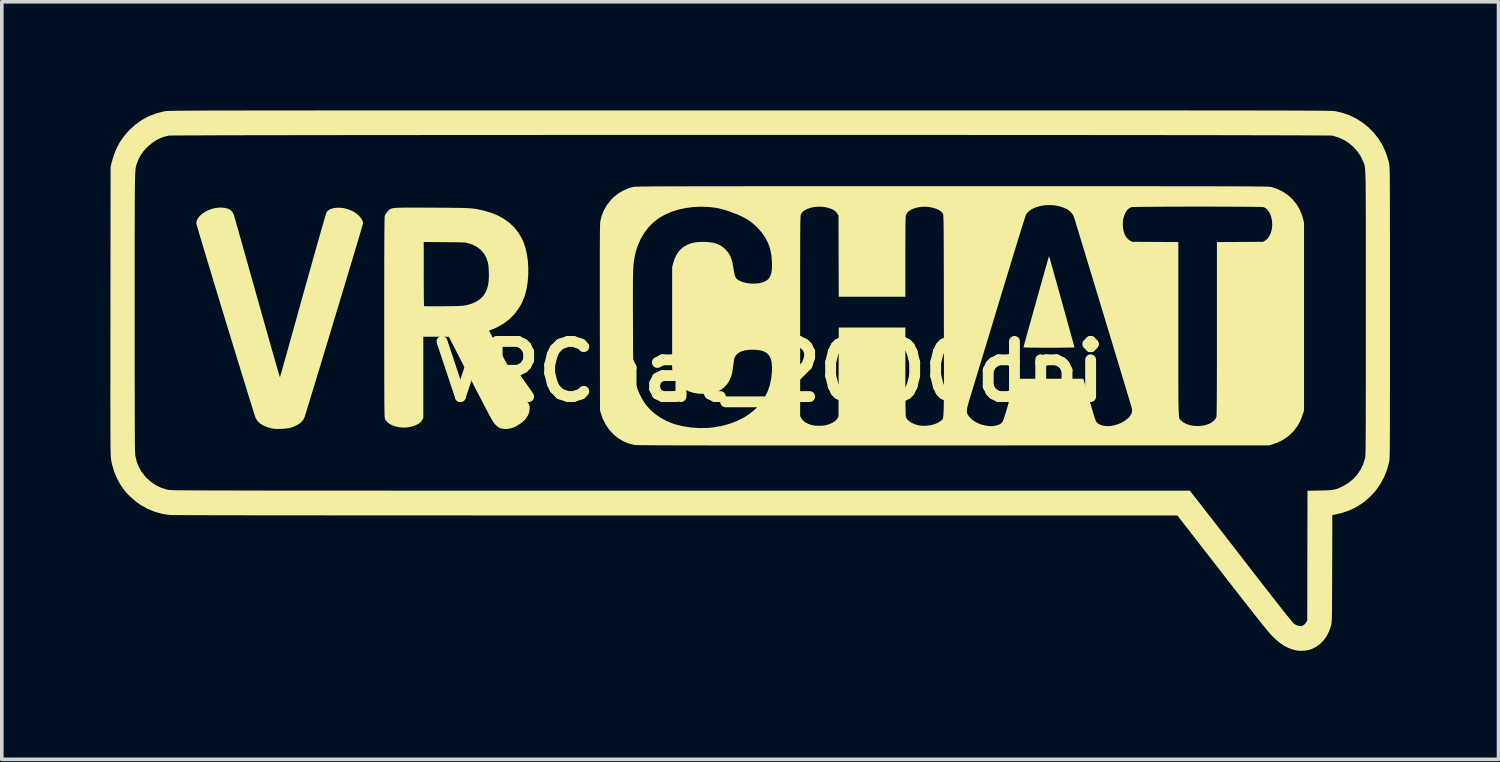
<source format=kicad_pcb>
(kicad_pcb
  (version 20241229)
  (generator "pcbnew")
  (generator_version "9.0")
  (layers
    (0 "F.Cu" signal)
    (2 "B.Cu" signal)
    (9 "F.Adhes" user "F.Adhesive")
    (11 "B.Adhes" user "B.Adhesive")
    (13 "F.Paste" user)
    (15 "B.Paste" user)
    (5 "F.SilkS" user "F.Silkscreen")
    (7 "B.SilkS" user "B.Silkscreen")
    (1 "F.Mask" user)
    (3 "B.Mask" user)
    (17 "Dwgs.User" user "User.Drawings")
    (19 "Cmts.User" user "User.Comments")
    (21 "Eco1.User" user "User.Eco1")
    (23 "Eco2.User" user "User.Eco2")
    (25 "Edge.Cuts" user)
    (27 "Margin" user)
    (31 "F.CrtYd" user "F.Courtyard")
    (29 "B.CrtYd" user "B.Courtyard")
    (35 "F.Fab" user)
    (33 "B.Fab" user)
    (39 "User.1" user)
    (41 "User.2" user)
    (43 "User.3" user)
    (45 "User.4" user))
  (footprint "VRChat_2000dpi"
    (layer "F.Cu")
    (at 18.236 7.22)
    (property "Reference" "VRChat_2000dpi" (at 0 0 0) (layer "F.SilkS") (effects (font (size 1.524 1.524) (thickness 0.3))))
    (attr board_only exclude_from_pos_files exclude_from_bom)
    (fp_poly (pts (xy 7.709 -3.179) (xy 7.714 -3.166) (xy 7.721 -3.14) (xy 7.735 -3.093) (xy 7.754 -3.026) (xy 7.777 -2.941) (xy 7.805 -2.842) (xy 7.837 -2.729) (xy 7.871 -2.604) (xy 7.909 -2.471) (xy 7.948 -2.329) (xy 7.989 -2.183) (xy 8.031 -2.033) (xy 8.073 -1.881) (xy 8.115 -1.73) (xy 8.156 -1.582) (xy 8.196 -1.438) (xy 8.234 -1.3) (xy 8.27 -1.171) (xy 8.303 -1.053) (xy 8.332 -0.946) (xy 8.358 -0.855) (xy 8.378 -0.78) (xy 8.394 -0.723) (xy 8.404 -0.687) (xy 8.407 -0.673) (xy 8.407 -0.672) (xy 8.395 -0.67) (xy 8.358 -0.667) (xy 8.298 -0.665) (xy 8.217 -0.664) (xy 8.114 -0.662) (xy 7.992 -0.661) (xy 7.852 -0.661) (xy 7.703 -0.66) (xy 7.556 -0.661) (xy 7.423 -0.661) (xy 7.306 -0.662) (xy 7.204 -0.663) (xy 7.121 -0.665) (xy 7.058 -0.667) (xy 7.017 -0.669) (xy 6.998 -0.671) (xy 6.998 -0.672) (xy 7.001 -0.686) (xy 7.011 -0.722) (xy 7.026 -0.779) (xy 7.047 -0.854) (xy 7.072 -0.945) (xy 7.101 -1.051) (xy 7.134 -1.169) (xy 7.17 -1.298) (xy 7.209 -1.436) (xy 7.249 -1.58) (xy 7.291 -1.729) (xy 7.333 -1.88) (xy 7.375 -2.032) (xy 7.418 -2.182) (xy 7.459 -2.33) (xy 7.499 -2.472) (xy 7.537 -2.606) (xy 7.572 -2.732) (xy 7.604 -2.846) (xy 7.633 -2.947) (xy 7.657 -3.032) (xy 7.677 -3.101) (xy 7.691 -3.15) (xy 7.7 -3.179) (xy 7.702 -3.185)) (stroke (width 0) (type solid)) (fill yes) (layer "F.SilkS"))
    (fp_poly (pts (xy -15.078 -4.526) (xy -14.986 -4.503) (xy -14.914 -4.463) (xy -14.86 -4.407) (xy -14.824 -4.334) (xy -14.82 -4.324) (xy -14.815 -4.305) (xy -14.803 -4.264) (xy -14.785 -4.2) (xy -14.761 -4.115) (xy -14.732 -4.011) (xy -14.697 -3.889) (xy -14.658 -3.75) (xy -14.614 -3.596) (xy -14.567 -3.427) (xy -14.516 -3.245) (xy -14.461 -3.051) (xy -14.404 -2.847) (xy -14.343 -2.633) (xy -14.281 -2.412) (xy -14.217 -2.183) (xy -14.179 -2.049) (xy -14.114 -1.818) (xy -14.051 -1.595) (xy -13.99 -1.379) (xy -13.932 -1.172) (xy -13.876 -0.976) (xy -13.824 -0.791) (xy -13.775 -0.619) (xy -13.73 -0.461) (xy -13.689 -0.319) (xy -13.653 -0.192) (xy -13.621 -0.084) (xy -13.595 0.006) (xy -13.575 0.076) (xy -13.56 0.124) (xy -13.552 0.15) (xy -13.55 0.155) (xy -13.546 0.142) (xy -13.535 0.106) (xy -13.519 0.047) (xy -13.496 -0.032) (xy -13.468 -0.13) (xy -13.435 -0.248) (xy -13.397 -0.382) (xy -13.355 -0.532) (xy -13.309 -0.697) (xy -13.259 -0.876) (xy -13.206 -1.066) (xy -13.149 -1.268) (xy -13.09 -1.48) (xy -13.029 -1.701) (xy -12.965 -1.929) (xy -12.917 -2.102) (xy -12.852 -2.335) (xy -12.788 -2.563) (xy -12.727 -2.783) (xy -12.667 -2.994) (xy -12.611 -3.195) (xy -12.557 -3.385) (xy -12.507 -3.563) (xy -12.46 -3.727) (xy -12.418 -3.877) (xy -12.38 -4.01) (xy -12.346 -4.126) (xy -12.318 -4.223) (xy -12.295 -4.3) (xy -12.278 -4.356) (xy -12.267 -4.39) (xy -12.264 -4.4) (xy -12.223 -4.45) (xy -12.163 -4.488) (xy -12.087 -4.514) (xy -12 -4.528) (xy -11.904 -4.53) (xy -11.802 -4.52) (xy -11.7 -4.497) (xy -11.599 -4.462) (xy -11.51 -4.418) (xy -11.433 -4.366) (xy -11.365 -4.307) (xy -11.311 -4.243) (xy -11.272 -4.179) (xy -11.254 -4.119) (xy -11.252 -4.1) (xy -11.256 -4.085) (xy -11.267 -4.048) (xy -11.284 -3.989) (xy -11.307 -3.91) (xy -11.336 -3.812) (xy -11.37 -3.696) (xy -11.41 -3.564) (xy -11.454 -3.417) (xy -11.502 -3.256) (xy -11.553 -3.084) (xy -11.609 -2.9) (xy -11.667 -2.707) (xy -11.727 -2.506) (xy -11.79 -2.298) (xy -11.854 -2.085) (xy -11.919 -1.868) (xy -11.986 -1.648) (xy -12.053 -1.426) (xy -12.12 -1.204) (xy -12.186 -0.984) (xy -12.252 -0.766) (xy -12.317 -0.552) (xy -12.38 -0.344) (xy -12.441 -0.142) (xy -12.5 0.052) (xy -12.556 0.236) (xy -12.609 0.41) (xy -12.658 0.571) (xy -12.703 0.719) (xy -12.744 0.853) (xy -12.78 0.97) (xy -12.811 1.07) (xy -12.836 1.151) (xy -12.855 1.212) (xy -12.867 1.252) (xy -12.872 1.266) (xy -12.914 1.344) (xy -12.98 1.413) (xy -13.067 1.473) (xy -13.174 1.524) (xy -13.252 1.55) (xy -13.309 1.563) (xy -13.383 1.572) (xy -13.467 1.579) (xy -13.554 1.583) (xy -13.637 1.584) (xy -13.707 1.58) (xy -13.744 1.575) (xy -13.88 1.542) (xy -13.997 1.496) (xy -14.093 1.438) (xy -14.167 1.368) (xy -14.217 1.291) (xy -14.224 1.271) (xy -14.239 1.229) (xy -14.259 1.165) (xy -14.286 1.081) (xy -14.318 0.979) (xy -14.356 0.859) (xy -14.398 0.723) (xy -14.445 0.573) (xy -14.495 0.409) (xy -14.55 0.233) (xy -14.607 0.047) (xy -14.667 -0.148) (xy -14.73 -0.352) (xy -14.794 -0.562) (xy -14.86 -0.777) (xy -14.927 -0.996) (xy -14.995 -1.217) (xy -15.063 -1.44) (xy -15.13 -1.662) (xy -15.198 -1.883) (xy -15.264 -2.101) (xy -15.329 -2.315) (xy -15.392 -2.523) (xy -15.453 -2.724) (xy -15.511 -2.917) (xy -15.566 -3.1) (xy -15.618 -3.272) (xy -15.666 -3.432) (xy -15.71 -3.578) (xy -15.749 -3.709) (xy -15.783 -3.824) (xy -15.811 -3.92) (xy -15.834 -3.998) (xy -15.85 -4.055) (xy -15.86 -4.091) (xy -15.862 -4.103) (xy -15.85 -4.17) (xy -15.816 -4.239) (xy -15.761 -4.306) (xy -15.688 -4.37) (xy -15.601 -4.426) (xy -15.564 -4.445) (xy -15.445 -4.494) (xy -15.329 -4.523) (xy -15.206 -4.534) (xy -15.188 -4.534)) (stroke (width 0) (type solid)) (fill yes) (layer "F.SilkS"))
    (fp_poly (pts (xy -9.869 -4.533) (xy -9.722 -4.532) (xy -9.554 -4.532) (xy -9.361 -4.531) (xy -9.344 -4.531) (xy -9.152 -4.53) (xy -8.983 -4.529) (xy -8.835 -4.528) (xy -8.707 -4.526) (xy -8.596 -4.525) (xy -8.5 -4.523) (xy -8.417 -4.52) (xy -8.346 -4.517) (xy -8.283 -4.513) (xy -8.228 -4.508) (xy -8.178 -4.502) (xy -8.131 -4.495) (xy -8.084 -4.486) (xy -8.037 -4.476) (xy -7.987 -4.465) (xy -7.932 -4.452) (xy -7.918 -4.449) (xy -7.713 -4.39) (xy -7.525 -4.313) (xy -7.355 -4.219) (xy -7.204 -4.109) (xy -7.071 -3.982) (xy -6.958 -3.839) (xy -6.864 -3.679) (xy -6.82 -3.582) (xy -6.766 -3.424) (xy -6.726 -3.25) (xy -6.699 -3.064) (xy -6.687 -2.871) (xy -6.688 -2.675) (xy -6.703 -2.482) (xy -6.732 -2.296) (xy -6.776 -2.122) (xy -6.796 -2.061) (xy -6.869 -1.888) (xy -6.965 -1.726) (xy -7.08 -1.578) (xy -7.214 -1.445) (xy -7.364 -1.33) (xy -7.528 -1.235) (xy -7.563 -1.218) (xy -7.617 -1.194) (xy -7.669 -1.173) (xy -7.711 -1.157) (xy -7.719 -1.155) (xy -7.75 -1.142) (xy -7.767 -1.13) (xy -7.768 -1.125) (xy -7.761 -1.112) (xy -7.744 -1.078) (xy -7.715 -1.025) (xy -7.677 -0.955) (xy -7.631 -0.869) (xy -7.576 -0.768) (xy -7.515 -0.654) (xy -7.448 -0.529) (xy -7.375 -0.395) (xy -7.298 -0.252) (xy -7.217 -0.103) (xy -7.206 -0.083) (xy -6.649 0.946) (xy -6.649 1.029) (xy -6.661 1.12) (xy -6.696 1.21) (xy -6.753 1.297) (xy -6.83 1.379) (xy -6.924 1.452) (xy -7.035 1.516) (xy -7.102 1.547) (xy -7.186 1.572) (xy -7.276 1.584) (xy -7.365 1.583) (xy -7.444 1.569) (xy -7.463 1.562) (xy -7.518 1.532) (xy -7.574 1.486) (xy -7.603 1.456) (xy -7.617 1.441) (xy -7.631 1.424) (xy -7.646 1.403) (xy -7.663 1.376) (xy -7.684 1.343) (xy -7.708 1.302) (xy -7.736 1.251) (xy -7.77 1.189) (xy -7.809 1.115) (xy -7.856 1.027) (xy -7.91 0.923) (xy -7.973 0.802) (xy -8.045 0.662) (xy -8.128 0.503) (xy -8.204 0.355) (xy -8.283 0.201) (xy -8.36 0.051) (xy -8.435 -0.093) (xy -8.505 -0.23) (xy -8.571 -0.358) (xy -8.631 -0.474) (xy -8.684 -0.577) (xy -8.729 -0.665) (xy -8.766 -0.736) (xy -8.792 -0.788) (xy -8.807 -0.816) (xy -8.884 -0.965) (xy -9.236 -0.965) (xy -9.588 -0.965) (xy -9.588 1.279) (xy -9.618 1.335) (xy -9.662 1.394) (xy -9.729 1.445) (xy -9.814 1.488) (xy -9.916 1.521) (xy -10.024 1.54) (xy -10.133 1.547) (xy -10.242 1.539) (xy -10.346 1.517) (xy -10.441 1.485) (xy -10.523 1.442) (xy -10.59 1.39) (xy -10.636 1.331) (xy -10.644 1.315) (xy -10.647 1.309) (xy -10.649 1.301) (xy -10.651 1.29) (xy -10.653 1.275) (xy -10.655 1.256) (xy -10.657 1.232) (xy -10.659 1.201) (xy -10.66 1.162) (xy -10.661 1.114) (xy -10.662 1.057) (xy -10.663 0.989) (xy -10.664 0.909) (xy -10.665 0.816) (xy -10.665 0.71) (xy -10.666 0.589) (xy -10.666 0.453) (xy -10.667 0.299) (xy -10.667 0.128) (xy -10.667 -0.062) (xy -10.667 -0.272) (xy -10.668 -0.503) (xy -10.668 -0.755) (xy -10.668 -1.031) (xy -10.668 -1.33) (xy -10.668 -1.497) (xy -10.668 -1.824) (xy -10.668 -2.127) (xy -10.668 -2.406) (xy -10.667 -2.662) (xy -10.667 -2.895) (xy -10.667 -3.108) (xy -10.666 -3.3) (xy -10.666 -3.472) (xy -10.665 -3.583) (xy -9.576 -3.583) (xy -9.576 -2.702) (xy -9.576 -2.554) (xy -9.575 -2.414) (xy -9.575 -2.284) (xy -9.574 -2.165) (xy -9.573 -2.06) (xy -9.572 -1.971) (xy -9.57 -1.899) (xy -9.569 -1.847) (xy -9.567 -1.818) (xy -9.566 -1.811) (xy -9.552 -1.809) (xy -9.515 -1.807) (xy -9.458 -1.806) (xy -9.384 -1.806) (xy -9.295 -1.805) (xy -9.194 -1.806) (xy -9.084 -1.806) (xy -9.03 -1.807) (xy -8.898 -1.808) (xy -8.788 -1.81) (xy -8.698 -1.811) (xy -8.625 -1.813) (xy -8.566 -1.816) (xy -8.519 -1.819) (xy -8.479 -1.822) (xy -8.445 -1.827) (xy -8.413 -1.833) (xy -8.382 -1.839) (xy -8.243 -1.88) (xy -8.121 -1.937) (xy -8.016 -2.008) (xy -7.932 -2.092) (xy -7.868 -2.189) (xy -7.862 -2.202) (xy -7.824 -2.296) (xy -7.797 -2.396) (xy -7.781 -2.508) (xy -7.775 -2.635) (xy -7.776 -2.737) (xy -7.782 -2.846) (xy -7.789 -2.936) (xy -7.8 -3.004) (xy -7.804 -3.023) (xy -7.849 -3.152) (xy -7.912 -3.263) (xy -7.994 -3.359) (xy -8.095 -3.438) (xy -8.216 -3.503) (xy -8.333 -3.545) (xy -8.357 -3.552) (xy -8.379 -3.558) (xy -8.404 -3.562) (xy -8.434 -3.566) (xy -8.471 -3.569) (xy -8.517 -3.571) (xy -8.577 -3.573) (xy -8.651 -3.575) (xy -8.743 -3.576) (xy -8.854 -3.577) (xy -8.989 -3.578) (xy -9.001 -3.578) (xy -9.576 -3.583) (xy -10.665 -3.583) (xy -10.665 -3.626) (xy -10.664 -3.762) (xy -10.663 -3.88) (xy -10.662 -3.983) (xy -10.661 -4.069) (xy -10.66 -4.141) (xy -10.659 -4.2) (xy -10.657 -4.245) (xy -10.656 -4.278) (xy -10.654 -4.299) (xy -10.652 -4.31) (xy -10.631 -4.355) (xy -10.594 -4.405) (xy -10.573 -4.428) (xy -10.555 -4.447) (xy -10.539 -4.463) (xy -10.523 -4.477) (xy -10.505 -4.49) (xy -10.485 -4.5) (xy -10.459 -4.509) (xy -10.426 -4.516) (xy -10.385 -4.521) (xy -10.334 -4.526) (xy -10.271 -4.529) (xy -10.195 -4.531) (xy -10.104 -4.532) (xy -9.996 -4.533)) (stroke (width 0) (type solid)) (fill yes) (layer "F.SilkS"))
    (fp_poly (pts (xy 0.962 -7.22) (xy 1.682 -7.22) (xy 2.378 -7.22) (xy 3.051 -7.22) (xy 3.7 -7.22) (xy 4.326 -7.22) (xy 4.929 -7.22) (xy 5.511 -7.22) (xy 6.071 -7.22) (xy 6.609 -7.22) (xy 7.127 -7.22) (xy 7.625 -7.22) (xy 8.102 -7.22) (xy 8.56 -7.219) (xy 8.998 -7.219) (xy 9.418 -7.219) (xy 9.82 -7.219) (xy 10.203 -7.219) (xy 10.57 -7.219) (xy 10.919 -7.219) (xy 11.251 -7.219) (xy 11.567 -7.218) (xy 11.867 -7.218) (xy 12.152 -7.218) (xy 12.422 -7.218) (xy 12.677 -7.217) (xy 12.918 -7.217) (xy 13.145 -7.217) (xy 13.359 -7.217) (xy 13.56 -7.216) (xy 13.748 -7.216) (xy 13.925 -7.216) (xy 14.089 -7.215) (xy 14.242 -7.215) (xy 14.385 -7.214) (xy 14.517 -7.214) (xy 14.639 -7.213) (xy 14.751 -7.213) (xy 14.854 -7.212) (xy 14.949 -7.212) (xy 15.035 -7.211) (xy 15.113 -7.211) (xy 15.183 -7.21) (xy 15.247 -7.209) (xy 15.304 -7.209) (xy 15.354 -7.208) (xy 15.398 -7.207) (xy 15.437 -7.207) (xy 15.471 -7.206) (xy 15.501 -7.205) (xy 15.526 -7.204) (xy 15.547 -7.203) (xy 15.565 -7.202) (xy 15.58 -7.201) (xy 15.593 -7.2) (xy 15.603 -7.199) (xy 15.612 -7.198) (xy 15.619 -7.197) (xy 15.621 -7.197) (xy 15.825 -7.149) (xy 16.02 -7.078) (xy 16.207 -6.985) (xy 16.381 -6.873) (xy 16.542 -6.741) (xy 16.687 -6.593) (xy 16.814 -6.43) (xy 16.922 -6.252) (xy 16.942 -6.212) (xy 17.028 -6.01) (xy 17.092 -5.799) (xy 17.102 -5.753) (xy 17.105 -5.742) (xy 17.107 -5.73) (xy 17.109 -5.716) (xy 17.11 -5.7) (xy 17.112 -5.679) (xy 17.114 -5.654) (xy 17.115 -5.624) (xy 17.116 -5.587) (xy 17.118 -5.543) (xy 17.119 -5.492) (xy 17.12 -5.431) (xy 17.121 -5.361) (xy 17.121 -5.281) (xy 17.122 -5.189) (xy 17.123 -5.085) (xy 17.123 -4.968) (xy 17.124 -4.838) (xy 17.124 -4.692) (xy 17.125 -4.531) (xy 17.125 -4.354) (xy 17.125 -4.159) (xy 17.125 -3.947) (xy 17.126 -3.715) (xy 17.126 -3.464) (xy 17.126 -3.192) (xy 17.126 -2.899) (xy 17.126 -2.583) (xy 17.126 -2.244) (xy 17.126 -1.882) (xy 17.126 -1.626) (xy 17.126 -1.246) (xy 17.126 -0.892) (xy 17.126 -0.561) (xy 17.126 -0.253) (xy 17.126 0.034) (xy 17.126 0.299) (xy 17.126 0.543) (xy 17.125 0.768) (xy 17.125 0.975) (xy 17.125 1.164) (xy 17.125 1.335) (xy 17.124 1.491) (xy 17.124 1.631) (xy 17.123 1.757) (xy 17.123 1.87) (xy 17.122 1.97) (xy 17.121 2.058) (xy 17.12 2.134) (xy 17.119 2.201) (xy 17.118 2.259) (xy 17.117 2.307) (xy 17.116 2.349) (xy 17.115 2.383) (xy 17.113 2.412) (xy 17.111 2.435) (xy 17.11 2.454) (xy 17.108 2.47) (xy 17.106 2.483) (xy 17.104 2.495) (xy 17.102 2.502) (xy 17.043 2.715) (xy 16.963 2.916) (xy 16.862 3.103) (xy 16.741 3.277) (xy 16.602 3.435) (xy 16.445 3.575) (xy 16.332 3.658) (xy 16.164 3.759) (xy 15.99 3.841) (xy 15.805 3.904) (xy 15.605 3.95) (xy 15.58 3.955) (xy 15.533 3.963) (xy 15.529 5.439) (xy 15.528 5.664) (xy 15.528 5.865) (xy 15.527 6.043) (xy 15.526 6.2) (xy 15.526 6.338) (xy 15.525 6.458) (xy 15.524 6.56) (xy 15.523 6.648) (xy 15.522 6.722) (xy 15.521 6.784) (xy 15.519 6.835) (xy 15.517 6.876) (xy 15.515 6.91) (xy 15.513 6.937) (xy 15.51 6.959) (xy 15.507 6.978) (xy 15.503 6.994) (xy 15.499 7.01) (xy 15.497 7.02) (xy 15.446 7.171) (xy 15.377 7.307) (xy 15.293 7.426) (xy 15.193 7.527) (xy 15.081 7.609) (xy 14.956 7.669) (xy 14.9 7.688) (xy 14.838 7.701) (xy 14.763 7.711) (xy 14.684 7.715) (xy 14.612 7.714) (xy 14.565 7.709) (xy 14.435 7.679) (xy 14.315 7.635) (xy 14.2 7.576) (xy 14.086 7.499) (xy 13.971 7.403) (xy 13.881 7.316) (xy 13.858 7.293) (xy 13.832 7.265) (xy 13.802 7.23) (xy 13.766 7.189) (xy 13.725 7.14) (xy 13.678 7.082) (xy 13.623 7.014) (xy 13.56 6.936) (xy 13.488 6.846) (xy 13.407 6.744) (xy 13.316 6.628) (xy 13.213 6.497) (xy 13.099 6.352) (xy 12.973 6.19) (xy 12.833 6.01) (xy 12.679 5.813) (xy 12.511 5.597) (xy 12.492 5.572) (xy 11.25 3.975) (xy -2.61 3.975) (xy -3.411 3.975) (xy -4.187 3.975) (xy -4.938 3.975) (xy -5.665 3.975) (xy -6.366 3.975) (xy -7.043 3.975) (xy -7.695 3.975) (xy -8.322 3.974) (xy -8.926 3.974) (xy -9.505 3.974) (xy -10.061 3.974) (xy -10.593 3.974) (xy -11.101 3.973) (xy -11.585 3.973) (xy -12.046 3.973) (xy -12.485 3.972) (xy -12.9 3.972) (xy -13.292 3.972) (xy -13.661 3.971) (xy -14.008 3.971) (xy -14.332 3.971) (xy -14.634 3.97) (xy -14.914 3.97) (xy -15.171 3.969) (xy -15.407 3.969) (xy -15.621 3.968) (xy -15.814 3.967) (xy -15.985 3.967) (xy -16.135 3.966) (xy -16.264 3.966) (xy -16.371 3.965) (xy -16.458 3.964) (xy -16.524 3.964) (xy -16.57 3.963) (xy -16.595 3.962) (xy -16.599 3.962) (xy -16.813 3.928) (xy -17.016 3.871) (xy -17.211 3.79) (xy -17.398 3.685) (xy -17.431 3.663) (xy -17.498 3.615) (xy -17.573 3.554) (xy -17.651 3.486) (xy -17.725 3.417) (xy -17.788 3.353) (xy -17.824 3.312) (xy -17.95 3.137) (xy -18.054 2.951) (xy -18.136 2.752) (xy -18.195 2.544) (xy -18.213 2.451) (xy -18.215 2.437) (xy -18.217 2.422) (xy -18.219 2.406) (xy -18.221 2.388) (xy -18.223 2.367) (xy -18.225 2.342) (xy -18.226 2.312) (xy -18.227 2.276) (xy -18.229 2.235) (xy -18.23 2.185) (xy -18.231 2.128) (xy -18.232 2.061) (xy -18.233 1.985) (xy -18.233 1.898) (xy -18.234 1.799) (xy -18.234 1.688) (xy -18.235 1.563) (xy -18.235 1.425) (xy -18.235 1.271) (xy -18.235 1.101) (xy -18.236 0.914) (xy -18.236 0.71) (xy -18.236 0.488) (xy -18.235 0.246) (xy -18.235 -0.017) (xy -18.235 -0.3) (xy -18.235 -0.605) (xy -18.235 -0.933) (xy -18.234 -1.285) (xy -18.234 -1.661) (xy -18.234 -1.676) (xy -18.233 -2.852) (xy -17.564 -2.852) (xy -17.564 -2.537) (xy -17.564 -2.198) (xy -17.564 -1.836) (xy -17.564 -1.626) (xy -17.564 -1.251) (xy -17.564 -0.901) (xy -17.564 -0.574) (xy -17.564 -0.271) (xy -17.564 0.011) (xy -17.564 0.271) (xy -17.563 0.511) (xy -17.563 0.732) (xy -17.563 0.934) (xy -17.562 1.118) (xy -17.562 1.285) (xy -17.561 1.436) (xy -17.561 1.572) (xy -17.56 1.693) (xy -17.559 1.8) (xy -17.559 1.895) (xy -17.558 1.978) (xy -17.557 2.05) (xy -17.556 2.112) (xy -17.555 2.164) (xy -17.553 2.208) (xy -17.552 2.244) (xy -17.55 2.273) (xy -17.549 2.296) (xy -17.547 2.314) (xy -17.545 2.328) (xy -17.545 2.33) (xy -17.507 2.489) (xy -17.451 2.633) (xy -17.376 2.766) (xy -17.278 2.891) (xy -17.248 2.924) (xy -17.121 3.041) (xy -16.987 3.135) (xy -16.841 3.206) (xy -16.684 3.256) (xy -16.644 3.265) (xy -16.637 3.267) (xy -16.63 3.268) (xy -16.621 3.269) (xy -16.611 3.27) (xy -16.598 3.271) (xy -16.582 3.272) (xy -16.563 3.273) (xy -16.54 3.274) (xy -16.513 3.275) (xy -16.482 3.276) (xy -16.446 3.276) (xy -16.404 3.277) (xy -16.356 3.278) (xy -16.302 3.279) (xy -16.242 3.279) (xy -16.174 3.28) (xy -16.098 3.281) (xy -16.014 3.281) (xy -15.922 3.282) (xy -15.821 3.282) (xy -15.71 3.283) (xy -15.59 3.283) (xy -15.459 3.284) (xy -15.317 3.284) (xy -15.164 3.285) (xy -15 3.285) (xy -14.823 3.285) (xy -14.634 3.286) (xy -14.432 3.286) (xy -14.216 3.286) (xy -13.987 3.287) (xy -13.743 3.287) (xy -13.484 3.287) (xy -13.211 3.287) (xy -12.921 3.288) (xy -12.616 3.288) (xy -12.294 3.288) (xy -11.955 3.288) (xy -11.598 3.288) (xy -11.224 3.288) (xy -10.831 3.288) (xy -10.42 3.289) (xy -9.989 3.289) (xy -9.539 3.289) (xy -9.069 3.289) (xy -8.578 3.289) (xy -8.066 3.289) (xy -7.533 3.289) (xy -6.978 3.289) (xy -6.4 3.289) (xy -5.8 3.289) (xy -5.177 3.289) (xy -4.53 3.289) (xy -3.859 3.289) (xy -3.163 3.289) (xy -2.467 3.289) (xy 11.594 3.289) (xy 11.891 3.667) (xy 11.953 3.747) (xy 12.028 3.843) (xy 12.114 3.954) (xy 12.209 4.075) (xy 12.309 4.204) (xy 12.412 4.337) (xy 12.516 4.471) (xy 12.619 4.604) (xy 12.708 4.718) (xy 12.843 4.892) (xy 12.963 5.048) (xy 13.071 5.187) (xy 13.167 5.311) (xy 13.252 5.422) (xy 13.329 5.521) (xy 13.398 5.61) (xy 13.461 5.691) (xy 13.519 5.766) (xy 13.573 5.836) (xy 13.625 5.902) (xy 13.676 5.967) (xy 13.727 6.033) (xy 13.779 6.1) (xy 13.835 6.171) (xy 13.895 6.247) (xy 13.96 6.331) (xy 14.032 6.423) (xy 14.059 6.458) (xy 14.136 6.556) (xy 14.209 6.648) (xy 14.277 6.733) (xy 14.339 6.808) (xy 14.391 6.871) (xy 14.433 6.921) (xy 14.463 6.955) (xy 14.479 6.971) (xy 14.529 7) (xy 14.589 7.023) (xy 14.645 7.034) (xy 14.654 7.035) (xy 14.684 7.029) (xy 14.722 7.014) (xy 14.732 7.009) (xy 14.769 6.98) (xy 14.802 6.941) (xy 14.81 6.93) (xy 14.84 6.877) (xy 14.847 3.292) (xy 15.18 3.286) (xy 15.299 3.283) (xy 15.397 3.28) (xy 15.477 3.274) (xy 15.545 3.266) (xy 15.605 3.254) (xy 15.66 3.239) (xy 15.715 3.218) (xy 15.774 3.191) (xy 15.832 3.163) (xy 15.979 3.075) (xy 16.109 2.969) (xy 16.221 2.846) (xy 16.314 2.708) (xy 16.386 2.557) (xy 16.436 2.394) (xy 16.441 2.372) (xy 16.442 2.361) (xy 16.444 2.345) (xy 16.446 2.323) (xy 16.447 2.295) (xy 16.449 2.259) (xy 16.45 2.214) (xy 16.451 2.161) (xy 16.452 2.097) (xy 16.453 2.023) (xy 16.454 1.937) (xy 16.455 1.839) (xy 16.455 1.727) (xy 16.456 1.602) (xy 16.457 1.461) (xy 16.457 1.305) (xy 16.457 1.133) (xy 16.458 0.943) (xy 16.458 0.735) (xy 16.458 0.508) (xy 16.459 0.261) (xy 16.459 -0.007) (xy 16.459 -0.296) (xy 16.459 -0.607) (xy 16.459 -0.941) (xy 16.459 -1.299) (xy 16.459 -1.621) (xy 16.459 -1.999) (xy 16.459 -2.352) (xy 16.459 -2.682) (xy 16.459 -2.989) (xy 16.459 -3.274) (xy 16.459 -3.538) (xy 16.459 -3.781) (xy 16.459 -4.005) (xy 16.459 -4.211) (xy 16.458 -4.399) (xy 16.458 -4.57) (xy 16.457 -4.725) (xy 16.456 -4.865) (xy 16.455 -4.991) (xy 16.454 -5.104) (xy 16.453 -5.204) (xy 16.451 -5.292) (xy 16.449 -5.369) (xy 16.447 -5.436) (xy 16.445 -5.495) (xy 16.442 -5.545) (xy 16.439 -5.587) (xy 16.436 -5.623) (xy 16.432 -5.654) (xy 16.429 -5.679) (xy 16.424 -5.701) (xy 16.42 -5.72) (xy 16.415 -5.736) (xy 16.409 -5.751) (xy 16.403 -5.765) (xy 16.397 -5.78) (xy 16.391 -5.795) (xy 16.383 -5.813) (xy 16.315 -5.956) (xy 16.225 -6.088) (xy 16.117 -6.208) (xy 15.994 -6.313) (xy 15.858 -6.4) (xy 15.712 -6.468) (xy 15.559 -6.515) (xy 15.519 -6.523) (xy 15.502 -6.523) (xy 15.46 -6.524) (xy 15.393 -6.525) (xy 15.303 -6.526) (xy 15.19 -6.527) (xy 15.054 -6.527) (xy 14.896 -6.528) (xy 14.717 -6.529) (xy 14.518 -6.53) (xy 14.298 -6.53) (xy 14.059 -6.531) (xy 13.801 -6.532) (xy 13.524 -6.532) (xy 13.23 -6.533) (xy 12.918 -6.533) (xy 12.59 -6.534) (xy 12.246 -6.535) (xy 11.886 -6.535) (xy 11.512 -6.536) (xy 11.123 -6.536) (xy 10.721 -6.537) (xy 10.306 -6.537) (xy 9.878 -6.537) (xy 9.438 -6.538) (xy 8.987 -6.538) (xy 8.525 -6.539) (xy 8.053 -6.539) (xy 7.572 -6.539) (xy 7.082 -6.54) (xy 6.583 -6.54) (xy 6.076 -6.54) (xy 5.562 -6.54) (xy 5.042 -6.541) (xy 4.515 -6.541) (xy 3.983 -6.541) (xy 3.447 -6.541) (xy 2.906 -6.541) (xy 2.361 -6.541) (xy 1.813 -6.541) (xy 1.263 -6.542) (xy 0.71 -6.542) (xy 0.157 -6.542) (xy -0.398 -6.542) (xy -0.952 -6.542) (xy -1.506 -6.542) (xy -2.059 -6.542) (xy -2.611 -6.542) (xy -3.16 -6.541) (xy -3.707 -6.541) (xy -4.25 -6.541) (xy -4.789 -6.541) (xy -5.324 -6.541) (xy -5.853 -6.541) (xy -6.377 -6.54) (xy -6.895 -6.54) (xy -7.406 -6.54) (xy -7.909 -6.54) (xy -8.404 -6.539) (xy -8.891 -6.539) (xy -9.368 -6.539) (xy -9.836 -6.538) (xy -10.293 -6.538) (xy -10.739 -6.538) (xy -11.173 -6.537) (xy -11.596 -6.537) (xy -12.005 -6.536) (xy -12.402 -6.536) (xy -12.784 -6.535) (xy -13.152 -6.535) (xy -13.505 -6.534) (xy -13.842 -6.534) (xy -14.163 -6.533) (xy -14.467 -6.533) (xy -14.753 -6.532) (xy -15.022 -6.531) (xy -15.272 -6.531) (xy -15.502 -6.53) (xy -15.713 -6.529) (xy -15.904 -6.529) (xy -16.073 -6.528) (xy -16.221 -6.527) (xy -16.347 -6.526) (xy -16.45 -6.526) (xy -16.53 -6.525) (xy -16.586 -6.524) (xy -16.618 -6.523) (xy -16.624 -6.523) (xy -16.782 -6.482) (xy -16.931 -6.417) (xy -17.071 -6.329) (xy -17.204 -6.217) (xy -17.222 -6.199) (xy -17.315 -6.098) (xy -17.388 -5.998) (xy -17.446 -5.893) (xy -17.489 -5.789) (xy -17.496 -5.77) (xy -17.503 -5.754) (xy -17.509 -5.738) (xy -17.515 -5.722) (xy -17.52 -5.705) (xy -17.525 -5.687) (xy -17.53 -5.667) (xy -17.534 -5.643) (xy -17.538 -5.615) (xy -17.541 -5.582) (xy -17.545 -5.543) (xy -17.547 -5.498) (xy -17.55 -5.445) (xy -17.552 -5.383) (xy -17.554 -5.312) (xy -17.556 -5.231) (xy -17.558 -5.139) (xy -17.559 -5.034) (xy -17.56 -4.917) (xy -17.561 -4.786) (xy -17.562 -4.641) (xy -17.563 -4.481) (xy -17.563 -4.304) (xy -17.563 -4.11) (xy -17.564 -3.897) (xy -17.564 -3.666) (xy -17.564 -3.416) (xy -17.564 -3.145) (xy -17.564 -2.852) (xy -18.233 -2.852) (xy -18.23 -5.658) (xy -18.197 -5.791) (xy -18.137 -5.993) (xy -18.063 -6.175) (xy -17.973 -6.344) (xy -17.864 -6.5) (xy -17.736 -6.65) (xy -17.698 -6.688) (xy -17.537 -6.833) (xy -17.364 -6.955) (xy -17.18 -7.055) (xy -16.983 -7.132) (xy -16.775 -7.187) (xy -16.726 -7.196) (xy -16.719 -7.198) (xy -16.711 -7.199) (xy -16.702 -7.2) (xy -16.691 -7.201) (xy -16.677 -7.202) (xy -16.661 -7.203) (xy -16.642 -7.204) (xy -16.619 -7.204) (xy -16.592 -7.205) (xy -16.561 -7.206) (xy -16.526 -7.207) (xy -16.485 -7.208) (xy -16.438 -7.208) (xy -16.386 -7.209) (xy -16.327 -7.21) (xy -16.261 -7.21) (xy -16.188 -7.211) (xy -16.107 -7.212) (xy -16.018 -7.212) (xy -15.921 -7.213) (xy -15.815 -7.213) (xy -15.699 -7.214) (xy -15.574 -7.214) (xy -15.439 -7.215) (xy -15.292 -7.215) (xy -15.135 -7.215) (xy -14.967 -7.216) (xy -14.787 -7.216) (xy -14.594 -7.216) (xy -14.389 -7.217) (xy -14.171 -7.217) (xy -13.939 -7.217) (xy -13.694 -7.218) (xy -13.434 -7.218) (xy -13.159 -7.218) (xy -12.869 -7.218) (xy -12.564 -7.218) (xy -12.242 -7.219) (xy -11.905 -7.219) (xy -11.55 -7.219) (xy -11.178 -7.219) (xy -10.789 -7.219) (xy -10.381 -7.219) (xy -9.955 -7.219) (xy -9.51 -7.22) (xy -9.046 -7.22) (xy -8.562 -7.22) (xy -8.058 -7.22) (xy -7.534 -7.22) (xy -6.988 -7.22) (xy -6.421 -7.22) (xy -5.832 -7.22) (xy -5.222 -7.22) (xy -4.588 -7.22) (xy -3.931 -7.22) (xy -3.251 -7.22) (xy -2.547 -7.22) (xy -1.819 -7.22) (xy -1.066 -7.22) (xy 0.217 -7.22)) (stroke (width 0) (type solid)) (fill yes) (layer "F.SilkS"))
    (fp_poly (pts (xy 5.588 -5.124) (xy 6.129 -5.124) (xy 6.645 -5.124) (xy 7.137 -5.124) (xy 7.607 -5.124) (xy 8.054 -5.124) (xy 8.478 -5.124) (xy 8.882 -5.124) (xy 9.264 -5.124) (xy 9.626 -5.124) (xy 9.968 -5.124) (xy 10.291 -5.124) (xy 10.596 -5.124) (xy 10.882 -5.123) (xy 11.151 -5.123) (xy 11.403 -5.123) (xy 11.638 -5.123) (xy 11.858 -5.122) (xy 12.062 -5.122) (xy 12.252 -5.122) (xy 12.427 -5.121) (xy 12.589 -5.121) (xy 12.738 -5.121) (xy 12.875 -5.12) (xy 12.999 -5.12) (xy 13.112 -5.119) (xy 13.215 -5.118) (xy 13.307 -5.118) (xy 13.389 -5.117) (xy 13.463 -5.116) (xy 13.528 -5.116) (xy 13.585 -5.115) (xy 13.634 -5.114) (xy 13.677 -5.113) (xy 13.714 -5.112) (xy 13.744 -5.111) (xy 13.77 -5.11) (xy 13.791 -5.109) (xy 13.808 -5.108) (xy 13.822 -5.106) (xy 13.832 -5.105) (xy 13.841 -5.104) (xy 13.847 -5.102) (xy 13.847 -5.102) (xy 14.015 -5.047) (xy 14.17 -4.97) (xy 14.31 -4.875) (xy 14.434 -4.761) (xy 14.54 -4.631) (xy 14.628 -4.486) (xy 14.694 -4.327) (xy 14.723 -4.233) (xy 14.751 -4.121) (xy 14.751 1.073) (xy 14.716 1.185) (xy 14.653 1.351) (xy 14.573 1.499) (xy 14.474 1.631) (xy 14.392 1.716) (xy 14.276 1.815) (xy 14.155 1.894) (xy 14.024 1.958) (xy 13.897 2.003) (xy 13.786 2.038) (xy 5.061 2.04) (xy 4.488 2.041) (xy 3.94 2.041) (xy 3.416 2.041) (xy 2.916 2.041) (xy 2.439 2.041) (xy 1.985 2.041) (xy 1.553 2.041) (xy 1.143 2.041) (xy 0.754 2.041) (xy 0.385 2.041) (xy 0.037 2.041) (xy -0.292 2.041) (xy -0.602 2.04) (xy -0.894 2.04) (xy -1.168 2.04) (xy -1.424 2.04) (xy -1.664 2.04) (xy -1.887 2.039) (xy -2.094 2.039) (xy -2.287 2.039) (xy -2.465 2.038) (xy -2.628 2.038) (xy -2.778 2.037) (xy -2.915 2.037) (xy -3.039 2.036) (xy -3.152 2.036) (xy -3.253 2.035) (xy -3.343 2.034) (xy -3.422 2.034) (xy -3.492 2.033) (xy -3.553 2.032) (xy -3.605 2.031) (xy -3.648 2.03) (xy -3.684 2.029) (xy -3.713 2.028) (xy -3.735 2.027) (xy -3.751 2.026) (xy -3.761 2.025) (xy -3.763 2.025) (xy -3.922 1.983) (xy -4.072 1.919) (xy -4.211 1.834) (xy -4.337 1.729) (xy -4.449 1.607) (xy -4.545 1.468) (xy -4.623 1.315) (xy -4.67 1.187) (xy -4.705 1.073) (xy -4.709 -1.486) (xy -4.71 -1.813) (xy -4.71 -2.041) (xy -3.796 -2.041) (xy -3.796 -1.859) (xy -3.795 -1.656) (xy -3.794 -1.43) (xy -3.794 -1.384) (xy -3.793 -1.162) (xy -3.792 -0.963) (xy -3.792 -0.786) (xy -3.791 -0.63) (xy -3.789 -0.493) (xy -3.788 -0.373) (xy -3.786 -0.269) (xy -3.784 -0.178) (xy -3.781 -0.1) (xy -3.778 -0.033) (xy -3.774 0.025) (xy -3.769 0.076) (xy -3.764 0.121) (xy -3.757 0.161) (xy -3.75 0.199) (xy -3.741 0.236) (xy -3.732 0.274) (xy -3.721 0.314) (xy -3.714 0.34) (xy -3.667 0.485) (xy -3.606 0.63) (xy -3.534 0.768) (xy -3.456 0.89) (xy -3.427 0.929) (xy -3.311 1.057) (xy -3.175 1.175) (xy -3.023 1.28) (xy -2.857 1.368) (xy -2.682 1.439) (xy -2.619 1.459) (xy -2.414 1.509) (xy -2.197 1.543) (xy -1.976 1.559) (xy -1.758 1.558) (xy -1.579 1.543) (xy -1.345 1.502) (xy -1.124 1.442) (xy -0.918 1.364) (xy -0.727 1.267) (xy -0.665 1.227) (xy 0.826 1.227) (xy 0.854 1.283) (xy 0.897 1.342) (xy 0.961 1.395) (xy 1.043 1.44) (xy 1.138 1.474) (xy 1.187 1.486) (xy 1.242 1.493) (xy 1.312 1.496) (xy 1.387 1.496) (xy 1.456 1.493) (xy 1.507 1.487) (xy 1.607 1.461) (xy 1.697 1.424) (xy 1.773 1.379) (xy 1.83 1.327) (xy 1.855 1.293) (xy 1.886 1.238) (xy 1.889 0.01) (xy 1.893 -1.219) (xy 3.734 -1.219) (xy 3.734 -0.01) (xy 3.734 0.199) (xy 3.734 0.392) (xy 3.735 0.568) (xy 3.736 0.725) (xy 3.737 0.864) (xy 3.738 0.984) (xy 3.74 1.082) (xy 3.742 1.158) (xy 3.743 1.211) (xy 3.746 1.24) (xy 3.746 1.245) (xy 3.777 1.307) (xy 3.83 1.364) (xy 3.904 1.414) (xy 3.996 1.455) (xy 4.085 1.481) (xy 4.187 1.496) (xy 4.295 1.497) (xy 4.405 1.485) (xy 4.511 1.461) (xy 4.607 1.427) (xy 4.686 1.382) (xy 4.715 1.36) (xy 4.725 1.352) (xy 4.734 1.346) (xy 4.742 1.34) (xy 4.749 1.334) (xy 4.756 1.326) (xy 4.762 1.316) (xy 4.768 1.303) (xy 4.773 1.285) (xy 4.778 1.261) (xy 4.782 1.231) (xy 4.785 1.194) (xy 4.788 1.148) (xy 4.791 1.093) (xy 4.791 1.088) (xy 5.433 1.088) (xy 5.435 1.121) (xy 5.442 1.15) (xy 5.453 1.178) (xy 5.458 1.188) (xy 5.503 1.253) (xy 5.568 1.316) (xy 5.647 1.375) (xy 5.735 1.424) (xy 5.827 1.46) (xy 5.83 1.461) (xy 5.944 1.49) (xy 6.044 1.505) (xy 6.134 1.507) (xy 6.221 1.495) (xy 6.234 1.492) (xy 6.306 1.471) (xy 6.358 1.446) (xy 6.398 1.412) (xy 6.42 1.383) (xy 6.432 1.36) (xy 6.449 1.317) (xy 6.47 1.253) (xy 6.497 1.168) (xy 6.53 1.061) (xy 6.568 0.93) (xy 6.612 0.776) (xy 6.615 0.767) (xy 6.777 0.197) (xy 8.653 0.197) (xy 8.813 0.763) (xy 8.849 0.887) (xy 8.882 1.002) (xy 8.914 1.106) (xy 8.941 1.197) (xy 8.965 1.272) (xy 8.984 1.329) (xy 8.998 1.365) (xy 9.003 1.376) (xy 9.051 1.429) (xy 9.121 1.47) (xy 9.211 1.496) (xy 9.234 1.5) (xy 9.333 1.507) (xy 9.435 1.498) (xy 9.539 1.475) (xy 9.641 1.44) (xy 9.736 1.395) (xy 9.821 1.342) (xy 9.894 1.282) (xy 9.95 1.218) (xy 9.986 1.15) (xy 9.995 1.117) (xy 9.999 1.07) (xy 9.995 1.023) (xy 9.994 1.018) (xy 9.989 1.001) (xy 9.977 0.961) (xy 9.959 0.9) (xy 9.935 0.818) (xy 9.905 0.717) (xy 9.869 0.599) (xy 9.829 0.465) (xy 9.784 0.316) (xy 9.735 0.154) (xy 9.682 -0.02) (xy 9.627 -0.205) (xy 9.568 -0.399) (xy 9.507 -0.602) (xy 9.444 -0.81) (xy 9.379 -1.024) (xy 9.313 -1.242) (xy 9.247 -1.462) (xy 9.18 -1.683) (xy 9.113 -1.904) (xy 9.047 -2.123) (xy 8.981 -2.339) (xy 8.917 -2.551) (xy 8.854 -2.757) (xy 8.794 -2.956) (xy 8.736 -3.146) (xy 8.682 -3.326) (xy 8.63 -3.496) (xy 8.582 -3.652) (xy 8.539 -3.795) (xy 8.5 -3.923) (xy 8.466 -4.033) (xy 8.441 -4.116) (xy 9.743 -4.116) (xy 9.744 -4.026) (xy 9.759 -3.907) (xy 9.79 -3.804) (xy 9.837 -3.718) (xy 9.898 -3.651) (xy 9.945 -3.619) (xy 10.001 -3.588) (xy 11.278 -3.581) (xy 11.278 -1.18) (xy 11.278 -0.887) (xy 11.278 -0.617) (xy 11.278 -0.371) (xy 11.278 -0.147) (xy 11.278 0.055) (xy 11.278 0.238) (xy 11.278 0.402) (xy 11.279 0.548) (xy 11.279 0.677) (xy 11.28 0.791) (xy 11.282 0.89) (xy 11.283 0.975) (xy 11.285 1.048) (xy 11.287 1.109) (xy 11.29 1.161) (xy 11.293 1.203) (xy 11.296 1.237) (xy 11.3 1.263) (xy 11.305 1.284) (xy 11.31 1.3) (xy 11.315 1.312) (xy 11.322 1.321) (xy 11.328 1.329) (xy 11.336 1.336) (xy 11.344 1.343) (xy 11.351 1.351) (xy 11.42 1.406) (xy 11.507 1.45) (xy 11.608 1.481) (xy 11.718 1.5) (xy 11.833 1.504) (xy 11.948 1.494) (xy 12.023 1.478) (xy 12.119 1.446) (xy 12.201 1.402) (xy 12.267 1.35) (xy 12.312 1.292) (xy 12.331 1.248) (xy 12.333 1.23) (xy 12.334 1.19) (xy 12.336 1.127) (xy 12.337 1.041) (xy 12.339 0.932) (xy 12.34 0.799) (xy 12.341 0.643) (xy 12.342 0.464) (xy 12.343 0.26) (xy 12.343 0.032) (xy 12.344 -0.22) (xy 12.344 -0.497) (xy 12.344 -0.799) (xy 12.344 -1.126) (xy 12.344 -1.19) (xy 12.344 -3.58) (xy 13.621 -3.588) (xy 13.68 -3.623) (xy 13.74 -3.671) (xy 13.791 -3.74) (xy 13.831 -3.825) (xy 13.858 -3.922) (xy 13.871 -4.025) (xy 13.872 -4.051) (xy 13.866 -4.164) (xy 13.846 -4.267) (xy 13.813 -4.359) (xy 13.77 -4.437) (xy 13.718 -4.497) (xy 13.657 -4.536) (xy 13.631 -4.546) (xy 13.611 -4.548) (xy 13.568 -4.55) (xy 13.503 -4.551) (xy 13.417 -4.553) (xy 13.314 -4.554) (xy 13.194 -4.555) (xy 13.06 -4.557) (xy 12.913 -4.557) (xy 12.754 -4.558) (xy 12.587 -4.559) (xy 12.411 -4.559) (xy 12.23 -4.56) (xy 12.045 -4.56) (xy 11.857 -4.56) (xy 11.67 -4.56) (xy 11.483 -4.56) (xy 11.299 -4.559) (xy 11.121 -4.559) (xy 10.948 -4.558) (xy 10.785 -4.557) (xy 10.631 -4.556) (xy 10.489 -4.555) (xy 10.361 -4.554) (xy 10.249 -4.553) (xy 10.154 -4.551) (xy 10.077 -4.55) (xy 10.022 -4.548) (xy 9.989 -4.546) (xy 9.981 -4.545) (xy 9.918 -4.515) (xy 9.866 -4.469) (xy 9.822 -4.402) (xy 9.81 -4.378) (xy 9.774 -4.29) (xy 9.752 -4.206) (xy 9.743 -4.116) (xy 8.441 -4.116) (xy 8.438 -4.126) (xy 8.416 -4.199) (xy 8.399 -4.251) (xy 8.39 -4.282) (xy 8.388 -4.288) (xy 8.352 -4.354) (xy 8.297 -4.418) (xy 8.23 -4.472) (xy 8.196 -4.492) (xy 8.084 -4.541) (xy 7.963 -4.576) (xy 7.838 -4.597) (xy 7.711 -4.603) (xy 7.586 -4.597) (xy 7.466 -4.578) (xy 7.354 -4.547) (xy 7.253 -4.504) (xy 7.167 -4.449) (xy 7.099 -4.384) (xy 7.069 -4.339) (xy 7.062 -4.322) (xy 7.048 -4.281) (xy 7.028 -4.219) (xy 7.001 -4.136) (xy 6.969 -4.033) (xy 6.931 -3.912) (xy 6.888 -3.775) (xy 6.841 -3.621) (xy 6.789 -3.453) (xy 6.733 -3.272) (xy 6.674 -3.078) (xy 6.612 -2.874) (xy 6.547 -2.66) (xy 6.479 -2.438) (xy 6.409 -2.208) (xy 6.35 -2.013) (xy 6.277 -1.773) (xy 6.206 -1.537) (xy 6.136 -1.305) (xy 6.067 -1.078) (xy 6.001 -0.859) (xy 5.937 -0.649) (xy 5.876 -0.449) (xy 5.819 -0.26) (xy 5.766 -0.085) (xy 5.717 0.075) (xy 5.673 0.22) (xy 5.635 0.347) (xy 5.602 0.454) (xy 5.576 0.542) (xy 5.556 0.607) (xy 5.547 0.635) (xy 5.511 0.754) (xy 5.482 0.852) (xy 5.46 0.932) (xy 5.445 0.996) (xy 5.436 1.047) (xy 5.433 1.088) (xy 4.791 1.088) (xy 4.793 1.027) (xy 4.795 0.95) (xy 4.796 0.861) (xy 4.797 0.758) (xy 4.798 0.641) (xy 4.799 0.508) (xy 4.799 0.359) (xy 4.8 0.192) (xy 4.8 0.007) (xy 4.8 -0.197) (xy 4.799 -0.422) (xy 4.799 -0.668) (xy 4.799 -0.937) (xy 4.798 -1.229) (xy 4.798 -1.545) (xy 4.798 -1.556) (xy 4.797 -1.869) (xy 4.797 -2.157) (xy 4.797 -2.422) (xy 4.796 -2.665) (xy 4.796 -2.886) (xy 4.795 -3.087) (xy 4.795 -3.268) (xy 4.794 -3.432) (xy 4.794 -3.577) (xy 4.793 -3.707) (xy 4.792 -3.821) (xy 4.792 -3.921) (xy 4.791 -4.007) (xy 4.79 -4.081) (xy 4.789 -4.144) (xy 4.787 -4.196) (xy 4.786 -4.24) (xy 4.785 -4.274) (xy 4.783 -4.302) (xy 4.781 -4.323) (xy 4.779 -4.339) (xy 4.777 -4.35) (xy 4.775 -4.359) (xy 4.772 -4.365) (xy 4.772 -4.366) (xy 4.73 -4.417) (xy 4.668 -4.462) (xy 4.589 -4.499) (xy 4.497 -4.528) (xy 4.396 -4.548) (xy 4.291 -4.557) (xy 4.184 -4.554) (xy 4.089 -4.541) (xy 3.976 -4.512) (xy 3.886 -4.473) (xy 3.818 -4.425) (xy 3.77 -4.367) (xy 3.748 -4.319) (xy 3.745 -4.302) (xy 3.743 -4.268) (xy 3.741 -4.217) (xy 3.739 -4.146) (xy 3.737 -4.057) (xy 3.736 -3.946) (xy 3.735 -3.815) (xy 3.735 -3.661) (xy 3.734 -3.483) (xy 3.734 -3.282) (xy 3.734 -3.173) (xy 3.734 -2.07) (xy 1.893 -2.07) (xy 1.889 -3.191) (xy 1.886 -4.312) (xy 1.855 -4.365) (xy 1.811 -4.423) (xy 1.747 -4.47) (xy 1.663 -4.507) (xy 1.557 -4.537) (xy 1.543 -4.54) (xy 1.431 -4.556) (xy 1.32 -4.558) (xy 1.211 -4.548) (xy 1.11 -4.527) (xy 1.02 -4.495) (xy 0.944 -4.454) (xy 0.885 -4.404) (xy 0.85 -4.351) (xy 0.847 -4.345) (xy 0.845 -4.337) (xy 0.842 -4.326) (xy 0.84 -4.312) (xy 0.838 -4.294) (xy 0.837 -4.27) (xy 0.835 -4.24) (xy 0.834 -4.202) (xy 0.832 -4.156) (xy 0.831 -4.1) (xy 0.83 -4.033) (xy 0.83 -3.955) (xy 0.829 -3.865) (xy 0.828 -3.761) (xy 0.828 -3.642) (xy 0.827 -3.508) (xy 0.827 -3.357) (xy 0.827 -3.188) (xy 0.826 -3.001) (xy 0.826 -2.794) (xy 0.826 -2.566) (xy 0.826 -2.317) (xy 0.826 -2.045) (xy 0.826 -1.749) (xy 0.826 -1.536) (xy 0.826 1.227) (xy -0.665 1.227) (xy -0.553 1.154) (xy -0.545 1.147) (xy -0.395 1.02) (xy -0.267 0.879) (xy -0.161 0.725) (xy -0.076 0.558) (xy -0.013 0.378) (xy 0.028 0.184) (xy 0.046 0.003) (xy 0.048 -0.138) (xy 0.038 -0.257) (xy 0.014 -0.356) (xy -0.025 -0.436) (xy -0.079 -0.499) (xy -0.151 -0.547) (xy -0.24 -0.58) (xy -0.349 -0.599) (xy -0.445 -0.606) (xy -0.583 -0.604) (xy -0.703 -0.588) (xy -0.804 -0.557) (xy -0.886 -0.513) (xy -0.947 -0.454) (xy -0.983 -0.392) (xy -0.992 -0.362) (xy -1.002 -0.313) (xy -1.012 -0.252) (xy -1.021 -0.185) (xy -1.022 -0.174) (xy -1.035 -0.071) (xy -1.049 0.012) (xy -1.065 0.081) (xy -1.084 0.143) (xy -1.109 0.204) (xy -1.126 0.241) (xy -1.191 0.346) (xy -1.276 0.436) (xy -1.377 0.51) (xy -1.492 0.565) (xy -1.556 0.585) (xy -1.641 0.601) (xy -1.742 0.611) (xy -1.851 0.613) (xy -1.959 0.61) (xy -2.058 0.599) (xy -2.127 0.585) (xy -2.264 0.54) (xy -2.381 0.478) (xy -2.479 0.401) (xy -2.56 0.305) (xy -2.625 0.19) (xy -2.675 0.056) (xy -2.683 0.025) (xy -2.711 -0.083) (xy -2.711 -2.889) (xy -2.683 -2.997) (xy -2.638 -3.134) (xy -2.58 -3.25) (xy -2.51 -3.346) (xy -2.425 -3.424) (xy -2.401 -3.442) (xy -2.31 -3.496) (xy -2.218 -3.536) (xy -2.118 -3.564) (xy -2.007 -3.58) (xy -1.878 -3.586) (xy -1.835 -3.586) (xy -1.695 -3.579) (xy -1.575 -3.562) (xy -1.471 -3.532) (xy -1.379 -3.488) (xy -1.296 -3.43) (xy -1.254 -3.393) (xy -1.193 -3.328) (xy -1.142 -3.261) (xy -1.102 -3.187) (xy -1.07 -3.101) (xy -1.043 -3) (xy -1.021 -2.879) (xy -1.016 -2.844) (xy -1 -2.75) (xy -0.984 -2.677) (xy -0.965 -2.622) (xy -0.941 -2.581) (xy -0.911 -2.549) (xy -0.873 -2.523) (xy -0.873 -2.523) (xy -0.777 -2.48) (xy -0.667 -2.45) (xy -0.548 -2.434) (xy -0.427 -2.432) (xy -0.311 -2.443) (xy -0.205 -2.469) (xy -0.14 -2.496) (xy -0.079 -2.534) (xy -0.031 -2.584) (xy 0.004 -2.646) (xy 0.029 -2.725) (xy 0.044 -2.821) (xy 0.049 -2.937) (xy 0.047 -3.032) (xy 0.031 -3.22) (xy -0.004 -3.391) (xy -0.058 -3.55) (xy -0.134 -3.699) (xy -0.233 -3.841) (xy -0.339 -3.963) (xy -0.434 -4.055) (xy -0.532 -4.136) (xy -0.638 -4.208) (xy -0.756 -4.274) (xy -0.889 -4.335) (xy -1.041 -4.395) (xy -1.105 -4.418) (xy -1.226 -4.459) (xy -1.331 -4.49) (xy -1.429 -4.513) (xy -1.527 -4.53) (xy -1.632 -4.543) (xy -1.677 -4.548) (xy -1.899 -4.558) (xy -2.118 -4.549) (xy -2.332 -4.522) (xy -2.537 -4.478) (xy -2.73 -4.417) (xy -2.909 -4.339) (xy -3.071 -4.246) (xy -3.072 -4.245) (xy -3.222 -4.131) (xy -3.356 -3.997) (xy -3.474 -3.845) (xy -3.574 -3.678) (xy -3.656 -3.496) (xy -3.718 -3.302) (xy -3.746 -3.181) (xy -3.754 -3.137) (xy -3.761 -3.094) (xy -3.768 -3.05) (xy -3.774 -3.003) (xy -3.778 -2.952) (xy -3.783 -2.895) (xy -3.786 -2.831) (xy -3.789 -2.758) (xy -3.791 -2.675) (xy -3.793 -2.579) (xy -3.795 -2.469) (xy -3.795 -2.344) (xy -3.796 -2.201) (xy -3.796 -2.041) (xy -4.71 -2.041) (xy -4.71 -2.115) (xy -4.71 -2.393) (xy -4.71 -2.647) (xy -4.71 -2.879) (xy -4.71 -3.089) (xy -4.71 -3.278) (xy -4.709 -3.446) (xy -4.708 -3.594) (xy -4.708 -3.723) (xy -4.707 -3.833) (xy -4.706 -3.926) (xy -4.704 -4.001) (xy -4.703 -4.059) (xy -4.701 -4.102) (xy -4.7 -4.129) (xy -4.699 -4.138) (xy -4.661 -4.299) (xy -4.6 -4.454) (xy -4.516 -4.6) (xy -4.412 -4.734) (xy -4.335 -4.814) (xy -4.204 -4.921) (xy -4.061 -5.006) (xy -3.905 -5.072) (xy -3.802 -5.102) (xy -3.795 -5.104) (xy -3.787 -5.105) (xy -3.777 -5.106) (xy -3.764 -5.107) (xy -3.747 -5.109) (xy -3.726 -5.11) (xy -3.701 -5.111) (xy -3.671 -5.112) (xy -3.635 -5.113) (xy -3.593 -5.114) (xy -3.544 -5.115) (xy -3.488 -5.116) (xy -3.424 -5.116) (xy -3.351 -5.117) (xy -3.269 -5.118) (xy -3.178 -5.118) (xy -3.077 -5.119) (xy -2.965 -5.12) (xy -2.841 -5.12) (xy -2.706 -5.121) (xy -2.558 -5.121) (xy -2.398 -5.121) (xy -2.224 -5.122) (xy -2.035 -5.122) (xy -1.832 -5.122) (xy -1.614 -5.123) (xy -1.38 -5.123) (xy -1.13 -5.123) (xy -0.863 -5.123) (xy -0.578 -5.124) (xy -0.276 -5.124) (xy 0.045 -5.124) (xy 0.386 -5.124) (xy 0.746 -5.124) (xy 1.126 -5.124) (xy 1.528 -5.124) (xy 1.95 -5.124) (xy 2.395 -5.124) (xy 2.862 -5.124) (xy 3.352 -5.124) (xy 3.866 -5.124) (xy 4.404 -5.124) (xy 4.967 -5.124) (xy 5.023 -5.124)) (stroke (width 0) (type solid)) (fill yes) (layer "F.SilkS")))
  (gr_rect
    (start -3 -3)
    (end 38.362 17.935)
    (stroke (width 0.1) (type default))
    (fill no)
    (layer "Edge.Cuts")))
</source>
